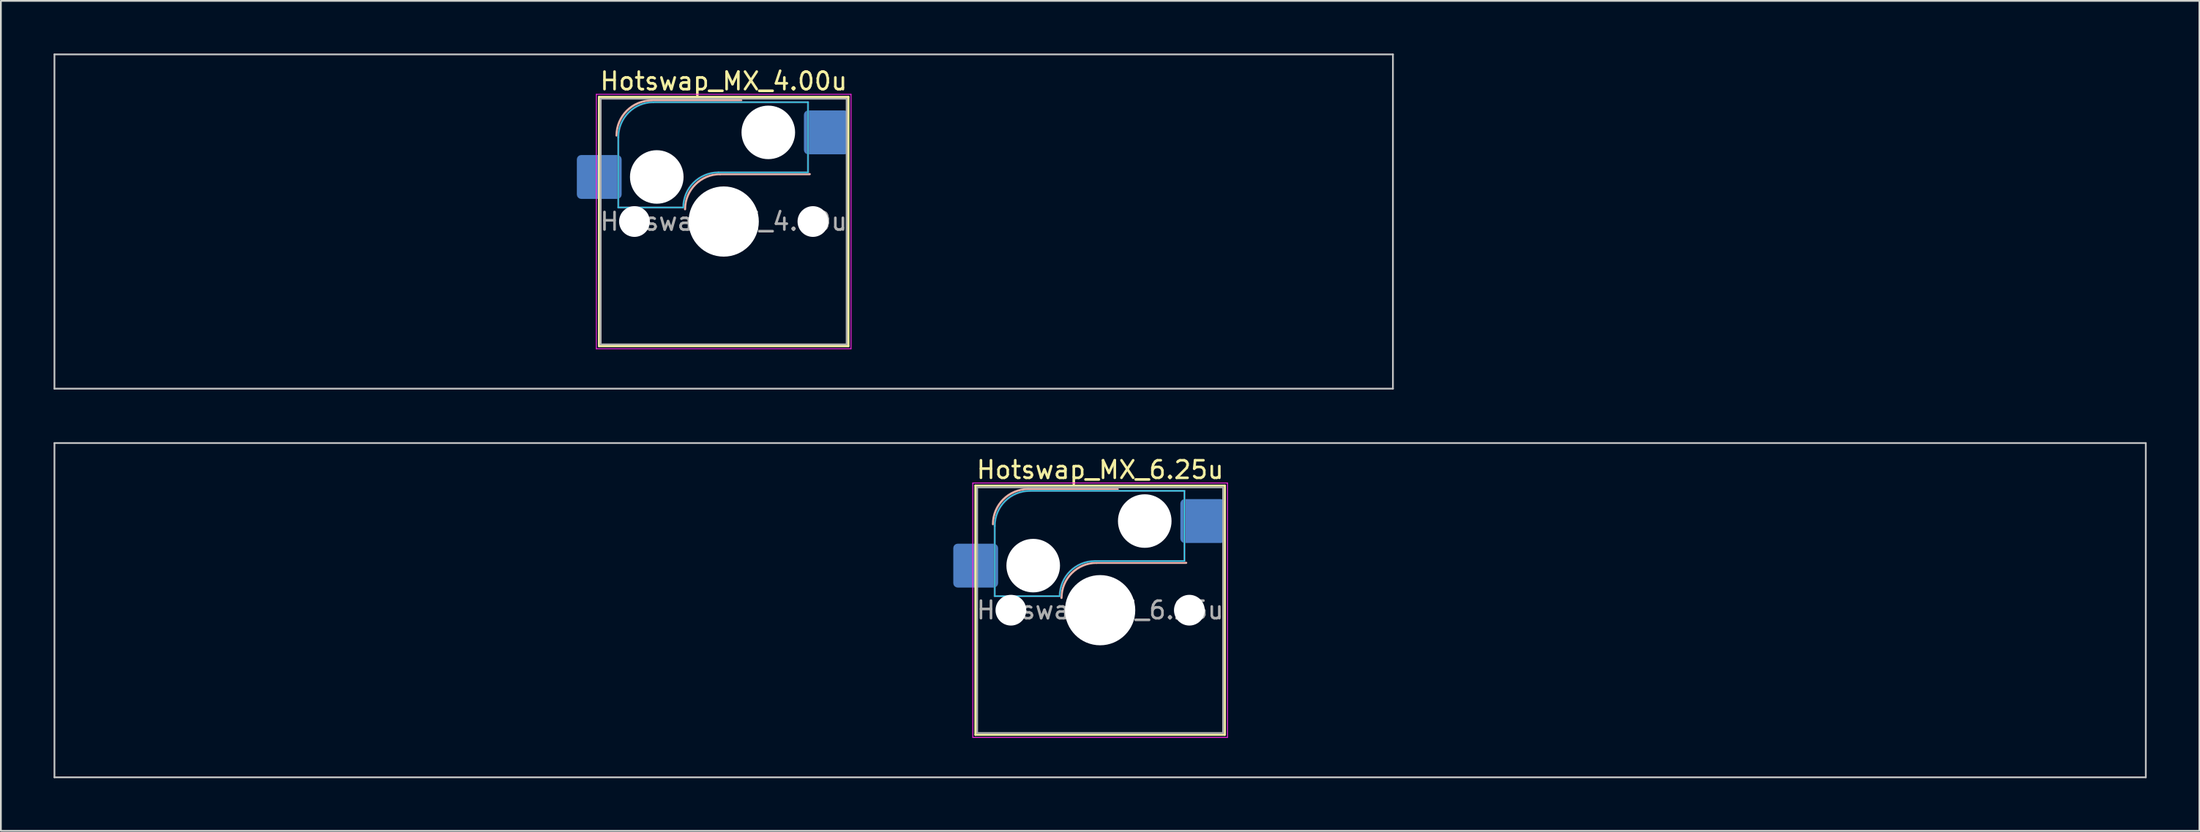
<source format=kicad_pcb>
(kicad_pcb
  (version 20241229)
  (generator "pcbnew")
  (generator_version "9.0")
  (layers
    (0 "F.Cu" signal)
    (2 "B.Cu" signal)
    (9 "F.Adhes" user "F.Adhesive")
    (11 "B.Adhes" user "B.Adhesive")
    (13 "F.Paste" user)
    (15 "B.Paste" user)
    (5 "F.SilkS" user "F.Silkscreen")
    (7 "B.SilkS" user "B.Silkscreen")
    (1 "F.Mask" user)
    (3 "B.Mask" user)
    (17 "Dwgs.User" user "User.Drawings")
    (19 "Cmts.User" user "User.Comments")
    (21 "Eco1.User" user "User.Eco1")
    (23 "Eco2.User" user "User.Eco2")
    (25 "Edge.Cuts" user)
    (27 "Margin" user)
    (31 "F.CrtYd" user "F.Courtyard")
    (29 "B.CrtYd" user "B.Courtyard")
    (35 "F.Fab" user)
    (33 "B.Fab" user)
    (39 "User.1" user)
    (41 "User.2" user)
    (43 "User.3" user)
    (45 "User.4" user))
  (footprint "Hotswap_MX_4.00u"
    (layer "F.Cu")
    (at 38.15 9.575)
    (property "Reference" "Hotswap_MX_4.00u" (at 0 -8 0) (layer "F.SilkS") (effects (font (size 1 1) (thickness 0.15))))
    (attr smd)
    (fp_line (start -7.1 -7.1) (end -7.1 7.1) (stroke (width 0.12) (type solid)) (layer "F.SilkS"))
    (fp_line (start -7.1 7.1) (end 7.1 7.1) (stroke (width 0.12) (type solid)) (layer "F.SilkS"))
    (fp_line (start 7.1 -7.1) (end -7.1 -7.1) (stroke (width 0.12) (type solid)) (layer "F.SilkS"))
    (fp_line (start 7.1 7.1) (end 7.1 -7.1) (stroke (width 0.12) (type solid)) (layer "F.SilkS"))
    (fp_line (start -4.1 -6.9) (end 1 -6.9) (stroke (width 0.12) (type solid)) (layer "B.SilkS"))
    (fp_line (start -0.2 -2.7) (end 4.9 -2.7) (stroke (width 0.12) (type solid)) (layer "B.SilkS"))
    (fp_arc (start -6.1 -4.9) (mid -5.514214 -6.314214) (end -4.1 -6.9) (stroke (width 0.12) (type solid)) (layer "B.SilkS"))
    (fp_arc (start -2.2 -0.7) (mid -1.614214 -2.114214) (end -0.2 -2.7) (stroke (width 0.12) (type solid)) (layer "B.SilkS"))
    (fp_line (start -38.1 -9.525) (end -38.1 9.525) (stroke (width 0.1) (type solid)) (layer "Dwgs.User"))
    (fp_line (start -38.1 9.525) (end 38.1 9.525) (stroke (width 0.1) (type solid)) (layer "Dwgs.User"))
    (fp_line (start 38.1 -9.525) (end -38.1 -9.525) (stroke (width 0.1) (type solid)) (layer "Dwgs.User"))
    (fp_line (start 38.1 9.525) (end 38.1 -9.525) (stroke (width 0.1) (type solid)) (layer "Dwgs.User"))
    (fp_line (start -7.8 -6) (end -7 -6) (stroke (width 0.1) (type solid)) (layer "Eco1.User"))
    (fp_line (start -7.8 -2.9) (end -7.8 -6) (stroke (width 0.1) (type solid)) (layer "Eco1.User"))
    (fp_line (start -7.8 2.9) (end -7 2.9) (stroke (width 0.1) (type solid)) (layer "Eco1.User"))
    (fp_line (start -7.8 6) (end -7.8 2.9) (stroke (width 0.1) (type solid)) (layer "Eco1.User"))
    (fp_line (start -7 -7) (end 7 -7) (stroke (width 0.1) (type solid)) (layer "Eco1.User"))
    (fp_line (start -7 -6) (end -7 -7) (stroke (width 0.1) (type solid)) (layer "Eco1.User"))
    (fp_line (start -7 -2.9) (end -7.8 -2.9) (stroke (width 0.1) (type solid)) (layer "Eco1.User"))
    (fp_line (start -7 2.9) (end -7 -2.9) (stroke (width 0.1) (type solid)) (layer "Eco1.User"))
    (fp_line (start -7 6) (end -7.8 6) (stroke (width 0.1) (type solid)) (layer "Eco1.User"))
    (fp_line (start -7 7) (end -7 6) (stroke (width 0.1) (type solid)) (layer "Eco1.User"))
    (fp_line (start 7 -7) (end 7 -6) (stroke (width 0.1) (type solid)) (layer "Eco1.User"))
    (fp_line (start 7 -6) (end 7.8 -6) (stroke (width 0.1) (type solid)) (layer "Eco1.User"))
    (fp_line (start 7 -2.9) (end 7 2.9) (stroke (width 0.1) (type solid)) (layer "Eco1.User"))
    (fp_line (start 7 2.9) (end 7.8 2.9) (stroke (width 0.1) (type solid)) (layer "Eco1.User"))
    (fp_line (start 7 6) (end 7 7) (stroke (width 0.1) (type solid)) (layer "Eco1.User"))
    (fp_line (start 7 7) (end -7 7) (stroke (width 0.1) (type solid)) (layer "Eco1.User"))
    (fp_line (start 7.8 -6) (end 7.8 -2.9) (stroke (width 0.1) (type solid)) (layer "Eco1.User"))
    (fp_line (start 7.8 -2.9) (end 7 -2.9) (stroke (width 0.1) (type solid)) (layer "Eco1.User"))
    (fp_line (start 7.8 2.9) (end 7.8 6) (stroke (width 0.1) (type solid)) (layer "Eco1.User"))
    (fp_line (start 7.8 6) (end 7 6) (stroke (width 0.1) (type solid)) (layer "Eco1.User"))
    (fp_line (start -6 -0.8) (end -6 -4.8) (stroke (width 0.05) (type solid)) (layer "B.CrtYd"))
    (fp_line (start -6 -0.8) (end -2.3 -0.8) (stroke (width 0.05) (type solid)) (layer "B.CrtYd"))
    (fp_line (start -4 -6.8) (end 4.8 -6.8) (stroke (width 0.05) (type solid)) (layer "B.CrtYd"))
    (fp_line (start -0.3 -2.8) (end 4.8 -2.8) (stroke (width 0.05) (type solid)) (layer "B.CrtYd"))
    (fp_line (start 4.8 -6.8) (end 4.8 -2.8) (stroke (width 0.05) (type solid)) (layer "B.CrtYd"))
    (fp_arc (start -6 -4.8) (mid -5.414214 -6.214214) (end -4 -6.8) (stroke (width 0.05) (type solid)) (layer "B.CrtYd"))
    (fp_arc (start -2.3 -0.8) (mid -1.714214 -2.214214) (end -0.3 -2.8) (stroke (width 0.05) (type solid)) (layer "B.CrtYd"))
    (fp_line (start -7.25 -7.25) (end -7.25 7.25) (stroke (width 0.05) (type solid)) (layer "F.CrtYd"))
    (fp_line (start -7.25 7.25) (end 7.25 7.25) (stroke (width 0.05) (type solid)) (layer "F.CrtYd"))
    (fp_line (start 7.25 -7.25) (end -7.25 -7.25) (stroke (width 0.05) (type solid)) (layer "F.CrtYd"))
    (fp_line (start 7.25 7.25) (end 7.25 -7.25) (stroke (width 0.05) (type solid)) (layer "F.CrtYd"))
    (fp_line (start -6 -0.8) (end -6 -4.8) (stroke (width 0.12) (type solid)) (layer "B.Fab"))
    (fp_line (start -6 -0.8) (end -2.3 -0.8) (stroke (width 0.12) (type solid)) (layer "B.Fab"))
    (fp_line (start -4 -6.8) (end 4.8 -6.8) (stroke (width 0.12) (type solid)) (layer "B.Fab"))
    (fp_line (start -0.3 -2.8) (end 4.8 -2.8) (stroke (width 0.12) (type solid)) (layer "B.Fab"))
    (fp_line (start 4.8 -6.8) (end 4.8 -2.8) (stroke (width 0.12) (type solid)) (layer "B.Fab"))
    (fp_arc (start -6 -4.8) (mid -5.414214 -6.214214) (end -4 -6.8) (stroke (width 0.12) (type solid)) (layer "B.Fab"))
    (fp_arc (start -2.3 -0.8) (mid -1.714214 -2.214214) (end -0.3 -2.8) (stroke (width 0.12) (type solid)) (layer "B.Fab"))
    (fp_line (start -7 -7) (end -7 7) (stroke (width 0.1) (type solid)) (layer "F.Fab"))
    (fp_line (start -7 7) (end 7 7) (stroke (width 0.1) (type solid)) (layer "F.Fab"))
    (fp_line (start 7 -7) (end -7 -7) (stroke (width 0.1) (type solid)) (layer "F.Fab"))
    (fp_line (start 7 7) (end 7 -7) (stroke (width 0.1) (type solid)) (layer "F.Fab"))
    (fp_text user "${REFERENCE}" (at 0 0 0) (layer "F.Fab") (effects (font (size 1 1) (thickness 0.15))))
    (pad "" np_thru_hole circle (at -5.08 0) (size 1.75 1.75) (drill 1.75) (layers "*.Cu" "*.Mask"))
    (pad "" np_thru_hole circle (at -3.81 -2.54) (size 3.05 3.05) (drill 3.05) (layers "*.Cu" "*.Mask"))
    (pad "" np_thru_hole circle (at 0 0) (size 4 4) (drill 4) (layers "*.Cu" "*.Mask"))
    (pad "" np_thru_hole circle (at 2.54 -5.08) (size 3.05 3.05) (drill 3.05) (layers "*.Cu" "*.Mask"))
    (pad "" np_thru_hole circle (at 5.08 0) (size 1.75 1.75) (drill 1.75) (layers "*.Cu" "*.Mask"))
    (pad "1" smd roundrect (at -7.085 -2.54) (size 2.55 2.5) (layers "B.Cu" "B.Mask" "B.Paste") (roundrect_rratio 0.1))
    (pad "2" smd roundrect (at 5.842 -5.08) (size 2.55 2.5) (layers "B.Cu" "B.Mask" "B.Paste") (roundrect_rratio 0.1)))
  (footprint "Hotswap_MX_6.25u"
    (layer "F.Cu")
    (at 59.581 31.725)
    (property "Reference" "Hotswap_MX_6.25u" (at 0 -8 0) (layer "F.SilkS") (effects (font (size 1 1) (thickness 0.15))))
    (attr smd)
    (fp_line (start -7.1 -7.1) (end -7.1 7.1) (stroke (width 0.12) (type solid)) (layer "F.SilkS"))
    (fp_line (start -7.1 7.1) (end 7.1 7.1) (stroke (width 0.12) (type solid)) (layer "F.SilkS"))
    (fp_line (start 7.1 -7.1) (end -7.1 -7.1) (stroke (width 0.12) (type solid)) (layer "F.SilkS"))
    (fp_line (start 7.1 7.1) (end 7.1 -7.1) (stroke (width 0.12) (type solid)) (layer "F.SilkS"))
    (fp_line (start -4.1 -6.9) (end 1 -6.9) (stroke (width 0.12) (type solid)) (layer "B.SilkS"))
    (fp_line (start -0.2 -2.7) (end 4.9 -2.7) (stroke (width 0.12) (type solid)) (layer "B.SilkS"))
    (fp_arc (start -6.1 -4.9) (mid -5.514214 -6.314214) (end -4.1 -6.9) (stroke (width 0.12) (type solid)) (layer "B.SilkS"))
    (fp_arc (start -2.2 -0.7) (mid -1.614214 -2.114214) (end -0.2 -2.7) (stroke (width 0.12) (type solid)) (layer "B.SilkS"))
    (fp_line (start -59.531 -9.525) (end -59.531 9.525) (stroke (width 0.1) (type solid)) (layer "Dwgs.User"))
    (fp_line (start -59.531 9.525) (end 59.531 9.525) (stroke (width 0.1) (type solid)) (layer "Dwgs.User"))
    (fp_line (start 59.531 -9.525) (end -59.531 -9.525) (stroke (width 0.1) (type solid)) (layer "Dwgs.User"))
    (fp_line (start 59.531 9.525) (end 59.531 -9.525) (stroke (width 0.1) (type solid)) (layer "Dwgs.User"))
    (fp_line (start -7.8 -6) (end -7 -6) (stroke (width 0.1) (type solid)) (layer "Eco1.User"))
    (fp_line (start -7.8 -2.9) (end -7.8 -6) (stroke (width 0.1) (type solid)) (layer "Eco1.User"))
    (fp_line (start -7.8 2.9) (end -7 2.9) (stroke (width 0.1) (type solid)) (layer "Eco1.User"))
    (fp_line (start -7.8 6) (end -7.8 2.9) (stroke (width 0.1) (type solid)) (layer "Eco1.User"))
    (fp_line (start -7 -7) (end 7 -7) (stroke (width 0.1) (type solid)) (layer "Eco1.User"))
    (fp_line (start -7 -6) (end -7 -7) (stroke (width 0.1) (type solid)) (layer "Eco1.User"))
    (fp_line (start -7 -2.9) (end -7.8 -2.9) (stroke (width 0.1) (type solid)) (layer "Eco1.User"))
    (fp_line (start -7 2.9) (end -7 -2.9) (stroke (width 0.1) (type solid)) (layer "Eco1.User"))
    (fp_line (start -7 6) (end -7.8 6) (stroke (width 0.1) (type solid)) (layer "Eco1.User"))
    (fp_line (start -7 7) (end -7 6) (stroke (width 0.1) (type solid)) (layer "Eco1.User"))
    (fp_line (start 7 -7) (end 7 -6) (stroke (width 0.1) (type solid)) (layer "Eco1.User"))
    (fp_line (start 7 -6) (end 7.8 -6) (stroke (width 0.1) (type solid)) (layer "Eco1.User"))
    (fp_line (start 7 -2.9) (end 7 2.9) (stroke (width 0.1) (type solid)) (layer "Eco1.User"))
    (fp_line (start 7 2.9) (end 7.8 2.9) (stroke (width 0.1) (type solid)) (layer "Eco1.User"))
    (fp_line (start 7 6) (end 7 7) (stroke (width 0.1) (type solid)) (layer "Eco1.User"))
    (fp_line (start 7 7) (end -7 7) (stroke (width 0.1) (type solid)) (layer "Eco1.User"))
    (fp_line (start 7.8 -6) (end 7.8 -2.9) (stroke (width 0.1) (type solid)) (layer "Eco1.User"))
    (fp_line (start 7.8 -2.9) (end 7 -2.9) (stroke (width 0.1) (type solid)) (layer "Eco1.User"))
    (fp_line (start 7.8 2.9) (end 7.8 6) (stroke (width 0.1) (type solid)) (layer "Eco1.User"))
    (fp_line (start 7.8 6) (end 7 6) (stroke (width 0.1) (type solid)) (layer "Eco1.User"))
    (fp_line (start -6 -0.8) (end -6 -4.8) (stroke (width 0.05) (type solid)) (layer "B.CrtYd"))
    (fp_line (start -6 -0.8) (end -2.3 -0.8) (stroke (width 0.05) (type solid)) (layer "B.CrtYd"))
    (fp_line (start -4 -6.8) (end 4.8 -6.8) (stroke (width 0.05) (type solid)) (layer "B.CrtYd"))
    (fp_line (start -0.3 -2.8) (end 4.8 -2.8) (stroke (width 0.05) (type solid)) (layer "B.CrtYd"))
    (fp_line (start 4.8 -6.8) (end 4.8 -2.8) (stroke (width 0.05) (type solid)) (layer "B.CrtYd"))
    (fp_arc (start -6 -4.8) (mid -5.414214 -6.214214) (end -4 -6.8) (stroke (width 0.05) (type solid)) (layer "B.CrtYd"))
    (fp_arc (start -2.3 -0.8) (mid -1.714214 -2.214214) (end -0.3 -2.8) (stroke (width 0.05) (type solid)) (layer "B.CrtYd"))
    (fp_line (start -7.25 -7.25) (end -7.25 7.25) (stroke (width 0.05) (type solid)) (layer "F.CrtYd"))
    (fp_line (start -7.25 7.25) (end 7.25 7.25) (stroke (width 0.05) (type solid)) (layer "F.CrtYd"))
    (fp_line (start 7.25 -7.25) (end -7.25 -7.25) (stroke (width 0.05) (type solid)) (layer "F.CrtYd"))
    (fp_line (start 7.25 7.25) (end 7.25 -7.25) (stroke (width 0.05) (type solid)) (layer "F.CrtYd"))
    (fp_line (start -6 -0.8) (end -6 -4.8) (stroke (width 0.12) (type solid)) (layer "B.Fab"))
    (fp_line (start -6 -0.8) (end -2.3 -0.8) (stroke (width 0.12) (type solid)) (layer "B.Fab"))
    (fp_line (start -4 -6.8) (end 4.8 -6.8) (stroke (width 0.12) (type solid)) (layer "B.Fab"))
    (fp_line (start -0.3 -2.8) (end 4.8 -2.8) (stroke (width 0.12) (type solid)) (layer "B.Fab"))
    (fp_line (start 4.8 -6.8) (end 4.8 -2.8) (stroke (width 0.12) (type solid)) (layer "B.Fab"))
    (fp_arc (start -6 -4.8) (mid -5.414214 -6.214214) (end -4 -6.8) (stroke (width 0.12) (type solid)) (layer "B.Fab"))
    (fp_arc (start -2.3 -0.8) (mid -1.714214 -2.214214) (end -0.3 -2.8) (stroke (width 0.12) (type solid)) (layer "B.Fab"))
    (fp_line (start -7 -7) (end -7 7) (stroke (width 0.1) (type solid)) (layer "F.Fab"))
    (fp_line (start -7 7) (end 7 7) (stroke (width 0.1) (type solid)) (layer "F.Fab"))
    (fp_line (start 7 -7) (end -7 -7) (stroke (width 0.1) (type solid)) (layer "F.Fab"))
    (fp_line (start 7 7) (end 7 -7) (stroke (width 0.1) (type solid)) (layer "F.Fab"))
    (fp_text user "${REFERENCE}" (at 0 0 0) (layer "F.Fab") (effects (font (size 1 1) (thickness 0.15))))
    (pad "" np_thru_hole circle (at -5.08 0) (size 1.75 1.75) (drill 1.75) (layers "*.Cu" "*.Mask"))
    (pad "" np_thru_hole circle (at -3.81 -2.54) (size 3.05 3.05) (drill 3.05) (layers "*.Cu" "*.Mask"))
    (pad "" np_thru_hole circle (at 0 0) (size 4 4) (drill 4) (layers "*.Cu" "*.Mask"))
    (pad "" np_thru_hole circle (at 2.54 -5.08) (size 3.05 3.05) (drill 3.05) (layers "*.Cu" "*.Mask"))
    (pad "" np_thru_hole circle (at 5.08 0) (size 1.75 1.75) (drill 1.75) (layers "*.Cu" "*.Mask"))
    (pad "1" smd roundrect (at -7.085 -2.54) (size 2.55 2.5) (layers "B.Cu" "B.Mask" "B.Paste") (roundrect_rratio 0.1))
    (pad "2" smd roundrect (at 5.842 -5.08) (size 2.55 2.5) (layers "B.Cu" "B.Mask" "B.Paste") (roundrect_rratio 0.1)))
  (gr_rect
    (start -3 -3)
    (end 122.162 44.3)
    (stroke (width 0.1) (type default))
    (fill no)
    (layer "Edge.Cuts")))
</source>
